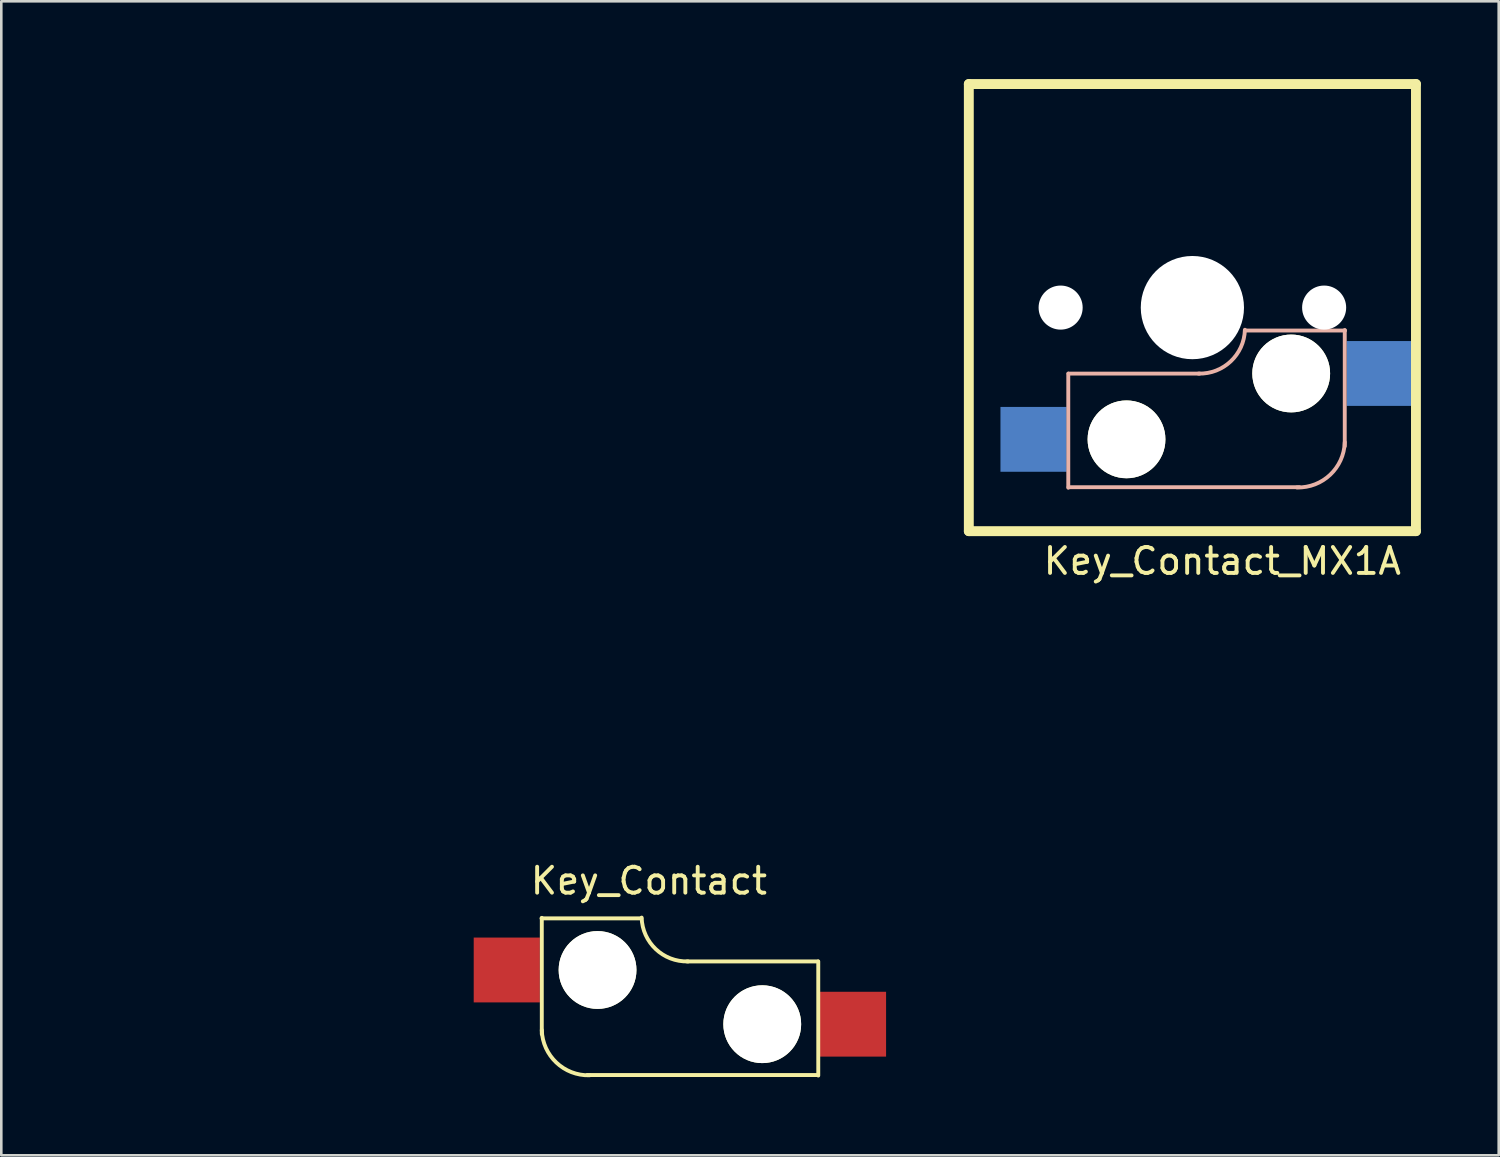
<source format=kicad_pcb>
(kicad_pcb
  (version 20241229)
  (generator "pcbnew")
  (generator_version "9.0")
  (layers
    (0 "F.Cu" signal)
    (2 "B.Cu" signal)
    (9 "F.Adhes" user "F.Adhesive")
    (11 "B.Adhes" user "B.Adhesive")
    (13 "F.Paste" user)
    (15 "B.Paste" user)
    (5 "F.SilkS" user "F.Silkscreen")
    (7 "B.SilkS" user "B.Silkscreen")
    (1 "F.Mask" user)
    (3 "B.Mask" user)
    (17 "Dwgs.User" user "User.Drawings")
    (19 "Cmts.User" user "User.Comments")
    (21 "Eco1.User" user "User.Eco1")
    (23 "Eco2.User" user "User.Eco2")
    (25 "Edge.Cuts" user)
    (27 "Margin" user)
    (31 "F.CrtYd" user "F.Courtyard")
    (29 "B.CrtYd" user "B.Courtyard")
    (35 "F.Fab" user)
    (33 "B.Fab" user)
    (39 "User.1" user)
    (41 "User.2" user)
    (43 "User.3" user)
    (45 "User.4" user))
  (footprint "Key_Contact_MX1A"
    (layer "F.Cu")
    (at 42.98 8.855)
    (property "Reference" "Key_Contact_MX1A" (at 1.1 9.73 180) (layer "F.SilkS") (effects (font (size 1 1) (thickness 0.15))))
    (attr through_hole)
    (fp_line (start -8.675 -8.665) (end 8.565 -8.665) (stroke (width 0.381) (type solid)) (layer "F.SilkS"))
    (fp_line (start -8.675 8.575) (end -8.675 -8.665) (stroke (width 0.381) (type solid)) (layer "F.SilkS"))
    (fp_line (start 8.565 -8.665) (end 8.565 8.575) (stroke (width 0.381) (type solid)) (layer "F.SilkS"))
    (fp_line (start 8.565 8.575) (end -8.675 8.575) (stroke (width 0.381) (type solid)) (layer "F.SilkS"))
    (fp_line (start -4.84 2.5) (end -4.84 6.9) (stroke (width 0.15) (type solid)) (layer "B.SilkS"))
    (fp_line (start 0.22 2.5) (end -4.83 2.5) (stroke (width 0.15) (type solid)) (layer "B.SilkS"))
    (fp_line (start 4.07 6.88) (end -4.83 6.88) (stroke (width 0.15) (type solid)) (layer "B.SilkS"))
    (fp_line (start 5.82 0.82) (end 5.82 5.3) (stroke (width 0.15) (type solid)) (layer "B.SilkS"))
    (fp_line (start 5.83 0.84) (end 1.98 0.84) (stroke (width 0.15) (type solid)) (layer "B.SilkS"))
    (fp_arc (start 1.97 0.81) (mid 1.42501 2.025721) (end 0.18 2.5) (stroke (width 0.15) (type solid)) (layer "B.SilkS"))
    (fp_arc (start 5.82 5.145) (mid 5.258901 6.399612) (end 3.975 6.89) (stroke (width 0.15) (type solid)) (layer "B.SilkS"))
    (pad "" np_thru_hole circle (at -5.135 -0.045 180) (size 1.699 1.699) (drill 1.699) (layers "*.Cu" "*.Mask"))
    (pad "" np_thru_hole circle (at -2.595 5.035 180) (size 3 3) (drill 3) (layers "*.Cu" "*.Mask" "F.SilkS"))
    (pad "" np_thru_hole circle (at -0.055 -0.045 180) (size 3.98 3.98) (drill 3.98) (layers "*.Cu" "*.Mask"))
    (pad "" np_thru_hole circle (at 3.755 2.495 180) (size 3 3) (drill 3) (layers "*.Cu" "*.Mask" "F.SilkS"))
    (pad "" np_thru_hole circle (at 5.025 -0.045 180) (size 1.699 1.699) (drill 1.699) (layers "*.Cu" "*.Mask"))
    (pad "1" smd rect (at 7.17 2.495 180) (size 2.55 2.5) (layers "B.Cu" "B.Mask" "B.Paste"))
    (pad "2" smd rect (at -6.18 5.035) (size 2.55 2.5) (layers "B.Cu" "B.Mask" "B.Paste")))
  (footprint "Key_Contact"
    (layer "F.Cu")
    (at 0.25 0.25)
    (property "Reference" "Key_Contact" (at 21.72 30.664 0) (layer "F.SilkS") (effects (font (size 1 1) (thickness 0.15))))
    (attr through_hole)
    (fp_line (start 17.58 32.11) (end 21.43 32.11) (stroke (width 0.15) (type solid)) (layer "F.SilkS"))
    (fp_line (start 17.59 32.09) (end 17.59 36.57) (stroke (width 0.15) (type solid)) (layer "F.SilkS"))
    (fp_line (start 19.34 38.15) (end 28.24 38.15) (stroke (width 0.15) (type solid)) (layer "F.SilkS"))
    (fp_line (start 23.19 33.77) (end 28.24 33.77) (stroke (width 0.15) (type solid)) (layer "F.SilkS"))
    (fp_line (start 28.25 33.77) (end 28.25 38.17) (stroke (width 0.15) (type solid)) (layer "F.SilkS"))
    (fp_arc (start 19.435 38.16) (mid 18.151099 37.669612) (end 17.59 36.415) (stroke (width 0.15) (type solid)) (layer "F.SilkS"))
    (fp_arc (start 23.23 33.77) (mid 21.98499 33.295721) (end 21.44 32.08) (stroke (width 0.15) (type solid)) (layer "F.SilkS"))
    (pad "" np_thru_hole circle (at 19.74 34.1) (size 3 3) (drill 3) (layers "*.Cu" "*.Mask" "F.SilkS"))
    (pad "" np_thru_hole circle (at 26.09 36.19) (size 3 3) (drill 3) (layers "*.Cu" "*.Mask" "F.SilkS"))
    (pad "1" smd rect (at 16.24 34.1) (size 2.55 2.5) (layers "F.Cu" "F.Mask" "F.Paste"))
    (pad "2" smd rect (at 29.59 36.19 180) (size 2.55 2.5) (layers "F.Cu" "F.Mask" "F.Paste")))
  (gr_rect
    (start -3 -3)
    (end 54.736 41.495)
    (stroke (width 0.1) (type default))
    (fill no)
    (layer "Edge.Cuts")))
</source>
